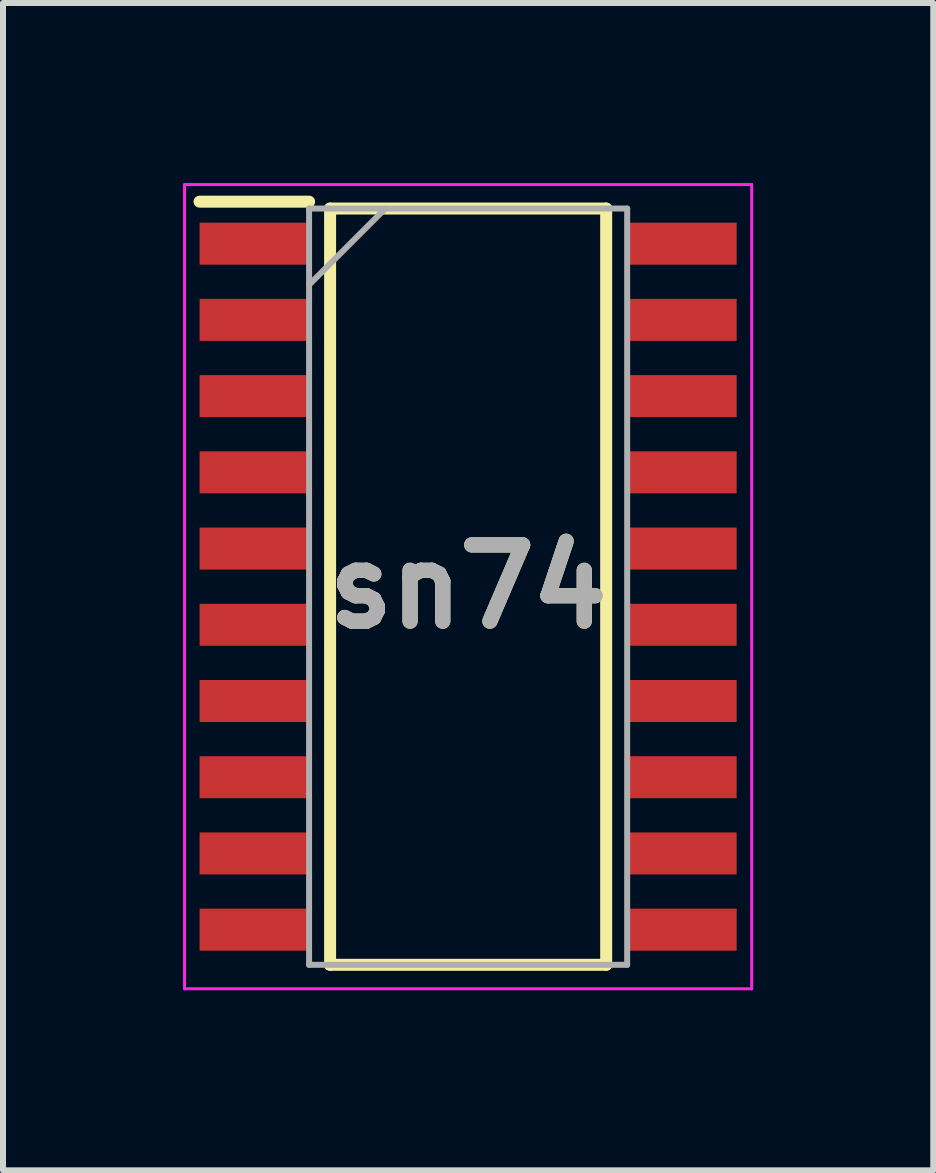
<source format=kicad_pcb>
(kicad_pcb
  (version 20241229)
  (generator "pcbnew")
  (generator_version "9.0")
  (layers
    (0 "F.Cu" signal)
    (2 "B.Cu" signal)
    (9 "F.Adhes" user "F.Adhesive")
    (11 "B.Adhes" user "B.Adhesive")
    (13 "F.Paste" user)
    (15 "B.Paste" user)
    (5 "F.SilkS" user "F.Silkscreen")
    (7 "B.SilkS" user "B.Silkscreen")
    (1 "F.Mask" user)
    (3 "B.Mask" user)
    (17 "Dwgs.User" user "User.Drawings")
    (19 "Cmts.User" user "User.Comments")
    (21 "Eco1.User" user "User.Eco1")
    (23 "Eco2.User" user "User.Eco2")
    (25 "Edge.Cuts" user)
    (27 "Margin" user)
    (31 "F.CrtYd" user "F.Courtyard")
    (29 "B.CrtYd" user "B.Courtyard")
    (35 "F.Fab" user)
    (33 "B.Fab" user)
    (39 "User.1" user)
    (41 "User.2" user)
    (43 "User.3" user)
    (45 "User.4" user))
  (footprint "sn74"
    (layer "F.Cu")
    (at 4.75 6.725)
    (property "Reference" "sn74" (at 0 0 0) (layer "F.SilkS") (effects (font (size 1.27 1.27) (thickness 0.254))))
    (attr smd)
    (fp_line (start -4.475 -6.415) (end -2.65 -6.415) (stroke (width 0.2) (type solid)) (layer "F.SilkS"))
    (fp_line (start -2.3 -6.3) (end 2.3 -6.3) (stroke (width 0.2) (type solid)) (layer "F.SilkS"))
    (fp_line (start -2.3 6.3) (end -2.3 -6.3) (stroke (width 0.2) (type solid)) (layer "F.SilkS"))
    (fp_line (start 2.3 -6.3) (end 2.3 6.3) (stroke (width 0.2) (type solid)) (layer "F.SilkS"))
    (fp_line (start 2.3 6.3) (end -2.3 6.3) (stroke (width 0.2) (type solid)) (layer "F.SilkS"))
    (fp_line (start -4.725 -6.7) (end 4.725 -6.7) (stroke (width 0.05) (type solid)) (layer "F.CrtYd"))
    (fp_line (start -4.725 6.7) (end -4.725 -6.7) (stroke (width 0.05) (type solid)) (layer "F.CrtYd"))
    (fp_line (start 4.725 -6.7) (end 4.725 6.7) (stroke (width 0.05) (type solid)) (layer "F.CrtYd"))
    (fp_line (start 4.725 6.7) (end -4.725 6.7) (stroke (width 0.05) (type solid)) (layer "F.CrtYd"))
    (fp_line (start -2.65 -6.3) (end 2.65 -6.3) (stroke (width 0.1) (type solid)) (layer "F.Fab"))
    (fp_line (start -2.65 -5.03) (end -1.38 -6.3) (stroke (width 0.1) (type solid)) (layer "F.Fab"))
    (fp_line (start -2.65 6.3) (end -2.65 -6.3) (stroke (width 0.1) (type solid)) (layer "F.Fab"))
    (fp_line (start 2.65 -6.3) (end 2.65 6.3) (stroke (width 0.1) (type solid)) (layer "F.Fab"))
    (fp_line (start 2.65 6.3) (end -2.65 6.3) (stroke (width 0.1) (type solid)) (layer "F.Fab"))
    (fp_text user "${REFERENCE}" (at 0 0 0) (layer "F.Fab") (effects (font (size 1.27 1.27) (thickness 0.254))))
    (pad "1" smd rect (at -3.562 -5.715 90) (size 0.7 1.825) (layers "F.Cu" "F.Mask" "F.Paste"))
    (pad "2" smd rect (at -3.562 -4.445 90) (size 0.7 1.825) (layers "F.Cu" "F.Mask" "F.Paste"))
    (pad "3" smd rect (at -3.562 -3.175 90) (size 0.7 1.825) (layers "F.Cu" "F.Mask" "F.Paste"))
    (pad "4" smd rect (at -3.562 -1.905 90) (size 0.7 1.825) (layers "F.Cu" "F.Mask" "F.Paste"))
    (pad "5" smd rect (at -3.562 -0.635 90) (size 0.7 1.825) (layers "F.Cu" "F.Mask" "F.Paste"))
    (pad "6" smd rect (at -3.562 0.635 90) (size 0.7 1.825) (layers "F.Cu" "F.Mask" "F.Paste"))
    (pad "7" smd rect (at -3.562 1.905 90) (size 0.7 1.825) (layers "F.Cu" "F.Mask" "F.Paste"))
    (pad "8" smd rect (at -3.562 3.175 90) (size 0.7 1.825) (layers "F.Cu" "F.Mask" "F.Paste"))
    (pad "9" smd rect (at -3.562 4.445 90) (size 0.7 1.825) (layers "F.Cu" "F.Mask" "F.Paste"))
    (pad "10" smd rect (at -3.562 5.715 90) (size 0.7 1.825) (layers "F.Cu" "F.Mask" "F.Paste"))
    (pad "11" smd rect (at 3.562 5.715 90) (size 0.7 1.825) (layers "F.Cu" "F.Mask" "F.Paste"))
    (pad "12" smd rect (at 3.562 4.445 90) (size 0.7 1.825) (layers "F.Cu" "F.Mask" "F.Paste"))
    (pad "13" smd rect (at 3.562 3.175 90) (size 0.7 1.825) (layers "F.Cu" "F.Mask" "F.Paste"))
    (pad "14" smd rect (at 3.562 1.905 90) (size 0.7 1.825) (layers "F.Cu" "F.Mask" "F.Paste"))
    (pad "15" smd rect (at 3.562 0.635 90) (size 0.7 1.825) (layers "F.Cu" "F.Mask" "F.Paste"))
    (pad "16" smd rect (at 3.562 -0.635 90) (size 0.7 1.825) (layers "F.Cu" "F.Mask" "F.Paste"))
    (pad "17" smd rect (at 3.562 -1.905 90) (size 0.7 1.825) (layers "F.Cu" "F.Mask" "F.Paste"))
    (pad "18" smd rect (at 3.562 -3.175 90) (size 0.7 1.825) (layers "F.Cu" "F.Mask" "F.Paste"))
    (pad "19" smd rect (at 3.562 -4.445 90) (size 0.7 1.825) (layers "F.Cu" "F.Mask" "F.Paste"))
    (pad "20" smd rect (at 3.562 -5.715 90) (size 0.7 1.825) (layers "F.Cu" "F.Mask" "F.Paste")))
  (gr_rect
    (start -3 -3)
    (end 12.5 16.45)
    (stroke (width 0.1) (type default))
    (fill no)
    (layer "Edge.Cuts")))
</source>
